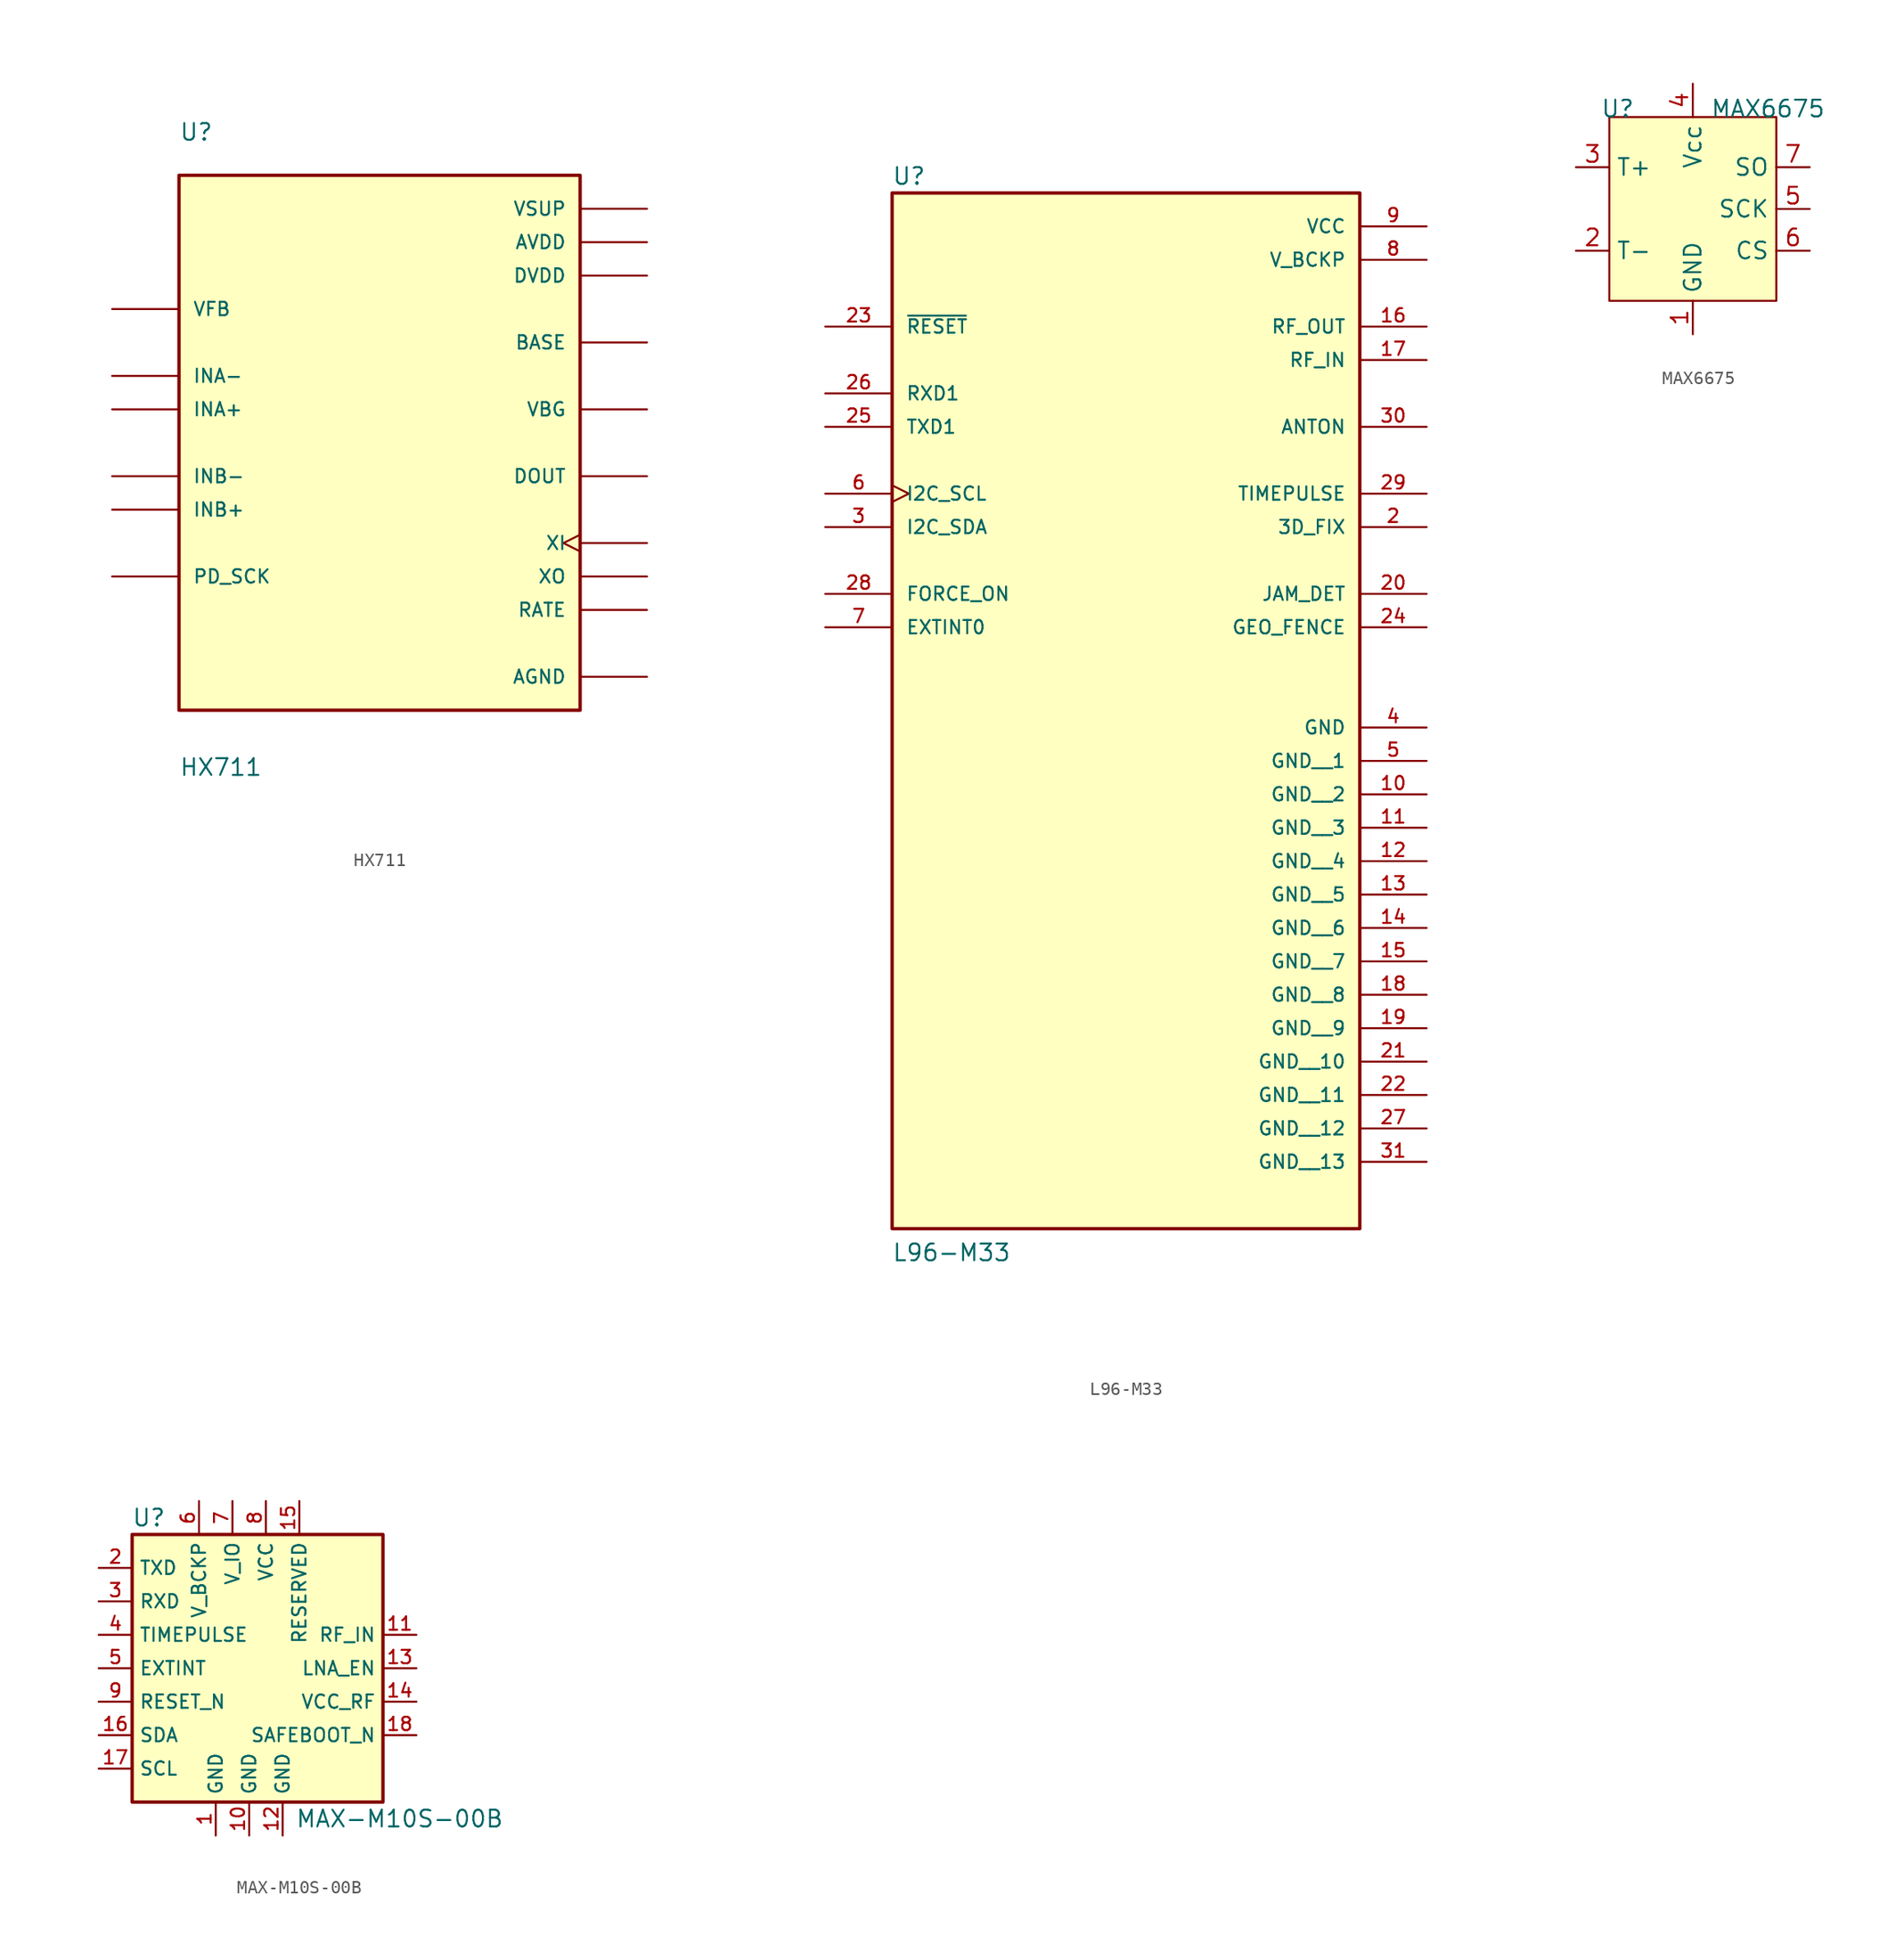
<source format=kicad_sym>
(kicad_symbol_lib
  (version 20220914)
  (generator kicad_symbol_editor)
  (symbol "HX711"
    (pin_numbers hide)
    (pin_names
      (offset 1.016))
    (property "Reference" "U"
      (at -15.24 22.86 0)
      (effects (font (size 1.27 1.27)) (justify left bottom)))
    (property "Value" "HX711"
      (at -15.24 -25.4 0)
      (effects (font (size 1.27 1.27)) (justify left bottom)))
    (property "ki_locked" ""
      (at 0 0 0)
      (effects (font (size 1.27 1.27))))
    (symbol "HX711_0_0"
      (rectangle (start -15.24 -20.32) (end 15.24 20.32) (stroke (width 0.254) (type default)) (fill (type background)))
      (pin power_in line (at 20.32 17.78 180) (length 5.08) (name "VSUP" (effects (font (size 1.016 1.016)))) (number "1" (effects (font (size 1.016 1.016)))))
      (pin input line (at -20.32 -5.08 0) (length 5.08) (name "INB+" (effects (font (size 1.016 1.016)))) (number "10" (effects (font (size 1.016 1.016)))))
      (pin input line (at -20.32 -10.16 0) (length 5.08) (name "PD_SCK" (effects (font (size 1.016 1.016)))) (number "11" (effects (font (size 1.016 1.016)))))
      (pin output line (at 20.32 -2.54 180) (length 5.08) (name "DOUT" (effects (font (size 1.016 1.016)))) (number "12" (effects (font (size 1.016 1.016)))))
      (pin output line (at 20.32 -10.16 180) (length 5.08) (name "XO" (effects (font (size 1.016 1.016)))) (number "13" (effects (font (size 1.016 1.016)))))
      (pin input clock (at 20.32 -7.62 180) (length 5.08) (name "XI" (effects (font (size 1.016 1.016)))) (number "14" (effects (font (size 1.016 1.016)))))
      (pin input line (at 20.32 -12.7 180) (length 5.08) (name "RATE" (effects (font (size 1.016 1.016)))) (number "15" (effects (font (size 1.016 1.016)))))
      (pin power_in line (at 20.32 12.7 180) (length 5.08) (name "DVDD" (effects (font (size 1.016 1.016)))) (number "16" (effects (font (size 1.016 1.016)))))
      (pin output line (at 20.32 7.62 180) (length 5.08) (name "BASE" (effects (font (size 1.016 1.016)))) (number "2" (effects (font (size 1.016 1.016)))))
      (pin power_in line (at 20.32 15.24 180) (length 5.08) (name "AVDD" (effects (font (size 1.016 1.016)))) (number "3" (effects (font (size 1.016 1.016)))))
      (pin input line (at -20.32 10.16 0) (length 5.08) (name "VFB" (effects (font (size 1.016 1.016)))) (number "4" (effects (font (size 1.016 1.016)))))
      (pin power_in line (at 20.32 -17.78 180) (length 5.08) (name "AGND" (effects (font (size 1.016 1.016)))) (number "5" (effects (font (size 1.016 1.016)))))
      (pin output line (at 20.32 2.54 180) (length 5.08) (name "VBG" (effects (font (size 1.016 1.016)))) (number "6" (effects (font (size 1.016 1.016)))))
      (pin input line (at -20.32 5.08 0) (length 5.08) (name "INA-" (effects (font (size 1.016 1.016)))) (number "7" (effects (font (size 1.016 1.016)))))
      (pin input line (at -20.32 2.54 0) (length 5.08) (name "INA+" (effects (font (size 1.016 1.016)))) (number "8" (effects (font (size 1.016 1.016)))))
      (pin input line (at -20.32 -2.54 0) (length 5.08) (name "INB-" (effects (font (size 1.016 1.016)))) (number "9" (effects (font (size 1.016 1.016)))))))
  (symbol "L96-M33"
    (pin_names
      (offset 1.016))
    (property "Reference" "U"
      (at -17.805 23.393 0)
      (effects (font (size 1.27 1.27)) (justify left bottom)))
    (property "Value" "L96-M33"
      (at -17.805 -58.445 0)
      (effects (font (size 1.27 1.27)) (justify left bottom)))
    (property "ki_locked" ""
      (at 0 0 0)
      (effects (font (size 1.27 1.27))))
    (symbol "L96-M33_0_0"
      (rectangle (start -17.78 -55.88) (end 17.78 22.86) (stroke (width 0.254) (type default)) (fill (type background)))
      (pin power_in line (at 22.86 -22.86 180) (length 5.08) (name "GND__2" (effects (font (size 1.016 1.016)))) (number "10" (effects (font (size 1.016 1.016)))))
      (pin power_in line (at 22.86 -25.4 180) (length 5.08) (name "GND__3" (effects (font (size 1.016 1.016)))) (number "11" (effects (font (size 1.016 1.016)))))
      (pin power_in line (at 22.86 -27.94 180) (length 5.08) (name "GND__4" (effects (font (size 1.016 1.016)))) (number "12" (effects (font (size 1.016 1.016)))))
      (pin power_in line (at 22.86 -30.48 180) (length 5.08) (name "GND__5" (effects (font (size 1.016 1.016)))) (number "13" (effects (font (size 1.016 1.016)))))
      (pin power_in line (at 22.86 -33.02 180) (length 5.08) (name "GND__6" (effects (font (size 1.016 1.016)))) (number "14" (effects (font (size 1.016 1.016)))))
      (pin power_in line (at 22.86 -35.56 180) (length 5.08) (name "GND__7" (effects (font (size 1.016 1.016)))) (number "15" (effects (font (size 1.016 1.016)))))
      (pin output line (at 22.86 12.7 180) (length 5.08) (name "RF_OUT" (effects (font (size 1.016 1.016)))) (number "16" (effects (font (size 1.016 1.016)))))
      (pin input line (at 22.86 10.16 180) (length 5.08) (name "RF_IN" (effects (font (size 1.016 1.016)))) (number "17" (effects (font (size 1.016 1.016)))))
      (pin power_in line (at 22.86 -38.1 180) (length 5.08) (name "GND__8" (effects (font (size 1.016 1.016)))) (number "18" (effects (font (size 1.016 1.016)))))
      (pin power_in line (at 22.86 -40.64 180) (length 5.08) (name "GND__9" (effects (font (size 1.016 1.016)))) (number "19" (effects (font (size 1.016 1.016)))))
      (pin output line (at 22.86 -2.54 180) (length 5.08) (name "3D_FIX" (effects (font (size 1.016 1.016)))) (number "2" (effects (font (size 1.016 1.016)))))
      (pin output line (at 22.86 -7.62 180) (length 5.08) (name "JAM_DET" (effects (font (size 1.016 1.016)))) (number "20" (effects (font (size 1.016 1.016)))))
      (pin power_in line (at 22.86 -43.18 180) (length 5.08) (name "GND__10" (effects (font (size 1.016 1.016)))) (number "21" (effects (font (size 1.016 1.016)))))
      (pin power_in line (at 22.86 -45.72 180) (length 5.08) (name "GND__11" (effects (font (size 1.016 1.016)))) (number "22" (effects (font (size 1.016 1.016)))))
      (pin input line (at -22.86 12.7 0) (length 5.08) (name "~{RESET}" (effects (font (size 1.016 1.016)))) (number "23" (effects (font (size 1.016 1.016)))))
      (pin output line (at 22.86 -10.16 180) (length 5.08) (name "GEO_FENCE" (effects (font (size 1.016 1.016)))) (number "24" (effects (font (size 1.016 1.016)))))
      (pin output line (at -22.86 5.08 0) (length 5.08) (name "TXD1" (effects (font (size 1.016 1.016)))) (number "25" (effects (font (size 1.016 1.016)))))
      (pin input line (at -22.86 7.62 0) (length 5.08) (name "RXD1" (effects (font (size 1.016 1.016)))) (number "26" (effects (font (size 1.016 1.016)))))
      (pin power_in line (at 22.86 -48.26 180) (length 5.08) (name "GND__12" (effects (font (size 1.016 1.016)))) (number "27" (effects (font (size 1.016 1.016)))))
      (pin input line (at -22.86 -7.62 0) (length 5.08) (name "FORCE_ON" (effects (font (size 1.016 1.016)))) (number "28" (effects (font (size 1.016 1.016)))))
      (pin output line (at 22.86 0 180) (length 5.08) (name "TIMEPULSE" (effects (font (size 1.016 1.016)))) (number "29" (effects (font (size 1.016 1.016)))))
      (pin bidirectional line (at -22.86 -2.54 0) (length 5.08) (name "I2C_SDA" (effects (font (size 1.016 1.016)))) (number "3" (effects (font (size 1.016 1.016)))))
      (pin output line (at 22.86 5.08 180) (length 5.08) (name "ANTON" (effects (font (size 1.016 1.016)))) (number "30" (effects (font (size 1.016 1.016)))))
      (pin power_in line (at 22.86 -50.8 180) (length 5.08) (name "GND__13" (effects (font (size 1.016 1.016)))) (number "31" (effects (font (size 1.016 1.016)))))
      (pin power_in line (at 22.86 -17.78 180) (length 5.08) (name "GND" (effects (font (size 1.016 1.016)))) (number "4" (effects (font (size 1.016 1.016)))))
      (pin power_in line (at 22.86 -20.32 180) (length 5.08) (name "GND__1" (effects (font (size 1.016 1.016)))) (number "5" (effects (font (size 1.016 1.016)))))
      (pin bidirectional clock (at -22.86 0 0) (length 5.08) (name "I2C_SCL" (effects (font (size 1.016 1.016)))) (number "6" (effects (font (size 1.016 1.016)))))
      (pin input line (at -22.86 -10.16 0) (length 5.08) (name "EXTINT0" (effects (font (size 1.016 1.016)))) (number "7" (effects (font (size 1.016 1.016)))))
      (pin power_in line (at 22.86 17.78 180) (length 5.08) (name "V_BCKP" (effects (font (size 1.016 1.016)))) (number "8" (effects (font (size 1.016 1.016)))))
      (pin power_in line (at 22.86 20.32 180) (length 5.08) (name "VCC" (effects (font (size 1.016 1.016)))) (number "9" (effects (font (size 1.016 1.016)))))))
  (symbol "MAX6675"
    (property "Reference" "U"
      (at -5.715 7.62 0)
      (effects (font (size 1.27 1.27))))
    (property "Value" "MAX6675"
      (at 5.715 7.62 0)
      (effects (font (size 1.27 1.27))))
    (symbol "MAX6675_0_1"
      (rectangle (start -6.35 6.985) (end 6.35 -6.985) (stroke (width 0) (type default)) (fill (type background))))
    (symbol "MAX6675_1_1"
      (pin input line (at 0 -9.525 90) (length 2.54) (name "GND" (effects (font (size 1.27 1.27)))) (number "1" (effects (font (size 1.27 1.27)))))
      (pin input line (at -8.89 -3.175 0) (length 2.54) (name "T-" (effects (font (size 1.27 1.27)))) (number "2" (effects (font (size 1.27 1.27)))))
      (pin input line (at -8.89 3.175 0) (length 2.54) (name "T+" (effects (font (size 1.27 1.27)))) (number "3" (effects (font (size 1.27 1.27)))))
      (pin input line (at 0 9.525 270) (length 2.54) (name "Vcc" (effects (font (size 1.27 1.27)))) (number "4" (effects (font (size 1.27 1.27)))))
      (pin input line (at 8.89 0 180) (length 2.54) (name "SCK" (effects (font (size 1.27 1.27)))) (number "5" (effects (font (size 1.27 1.27)))))
      (pin input line (at 8.89 -3.175 180) (length 2.54) (name "CS" (effects (font (size 1.27 1.27)))) (number "6" (effects (font (size 1.27 1.27)))))
      (pin input line (at 8.89 3.175 180) (length 2.54) (name "SO" (effects (font (size 1.27 1.27)))) (number "7" (effects (font (size 1.27 1.27)))))
      (pin no_connect line (at 0.635 0 180) (length 2.54) hide (name "N.C." (effects (font (size 1.27 1.27)))) (number "8" (effects (font (size 1.27 1.27)))))))
  (symbol "MAX-M10S-00B"
    (property "Reference" "U"
      (at -7.62 11.43 0)
      (effects (font (size 1.27 1.27))))
    (property "Value" "MAX-M10S-00B"
      (at 11.43 -11.43 0)
      (effects (font (size 1.27 1.27))))
    (symbol "MAX-M10S-00B_1_1"
      (rectangle (start -8.89 10.16) (end 10.16 -10.16) (stroke (width 0.254) (type default)) (fill (type background)))
      (pin power_in line (at -2.54 -12.7 90) (length 2.54) (name "GND" (effects (font (size 1.016 1.016)))) (number "1" (effects (font (size 1.016 1.016)))))
      (pin power_in line (at 0 -12.7 90) (length 2.54) (name "GND" (effects (font (size 1.016 1.016)))) (number "10" (effects (font (size 1.016 1.016)))))
      (pin passive line (at 12.7 2.54 180) (length 2.54) (name "RF_IN" (effects (font (size 1.016 1.016)))) (number "11" (effects (font (size 1.016 1.016)))))
      (pin power_in line (at 2.54 -12.7 90) (length 2.54) (name "GND" (effects (font (size 1.016 1.016)))) (number "12" (effects (font (size 1.016 1.016)))))
      (pin passive line (at 12.7 0 180) (length 2.54) (name "LNA_EN" (effects (font (size 1.016 1.016)))) (number "13" (effects (font (size 1.016 1.016)))))
      (pin passive line (at 12.7 -2.54 180) (length 2.54) (name "VCC_RF" (effects (font (size 1.016 1.016)))) (number "14" (effects (font (size 1.016 1.016)))))
      (pin power_in line (at 3.81 12.7 270) (length 2.54) (name "RESERVED" (effects (font (size 1.016 1.016)))) (number "15" (effects (font (size 1.016 1.016)))))
      (pin passive line (at -11.43 -5.08 0) (length 2.54) (name "SDA" (effects (font (size 1.016 1.016)))) (number "16" (effects (font (size 1.016 1.016)))))
      (pin passive line (at -11.43 -7.62 0) (length 2.54) (name "SCL" (effects (font (size 1.016 1.016)))) (number "17" (effects (font (size 1.016 1.016)))))
      (pin passive line (at 12.7 -5.08 180) (length 2.54) (name "SAFEBOOT_N" (effects (font (size 1.016 1.016)))) (number "18" (effects (font (size 1.016 1.016)))))
      (pin passive line (at -11.43 7.62 0) (length 2.54) (name "TXD" (effects (font (size 1.016 1.016)))) (number "2" (effects (font (size 1.016 1.016)))))
      (pin passive line (at -11.43 5.08 0) (length 2.54) (name "RXD" (effects (font (size 1.016 1.016)))) (number "3" (effects (font (size 1.016 1.016)))))
      (pin passive line (at -11.43 2.54 0) (length 2.54) (name "TIMEPULSE" (effects (font (size 1.016 1.016)))) (number "4" (effects (font (size 1.016 1.016)))))
      (pin passive line (at -11.43 0 0) (length 2.54) (name "EXTINT" (effects (font (size 1.016 1.016)))) (number "5" (effects (font (size 1.016 1.016)))))
      (pin power_in line (at -3.81 12.7 270) (length 2.54) (name "V_BCKP" (effects (font (size 1.016 1.016)))) (number "6" (effects (font (size 1.016 1.016)))))
      (pin power_in line (at -1.27 12.7 270) (length 2.54) (name "V_IO" (effects (font (size 1.016 1.016)))) (number "7" (effects (font (size 1.016 1.016)))))
      (pin power_in line (at 1.27 12.7 270) (length 2.54) (name "VCC" (effects (font (size 1.016 1.016)))) (number "8" (effects (font (size 1.016 1.016)))))
      (pin passive line (at -11.43 -2.54 0) (length 2.54) (name "RESET_N" (effects (font (size 1.016 1.016)))) (number "9" (effects (font (size 1.016 1.016))))))))
</source>
